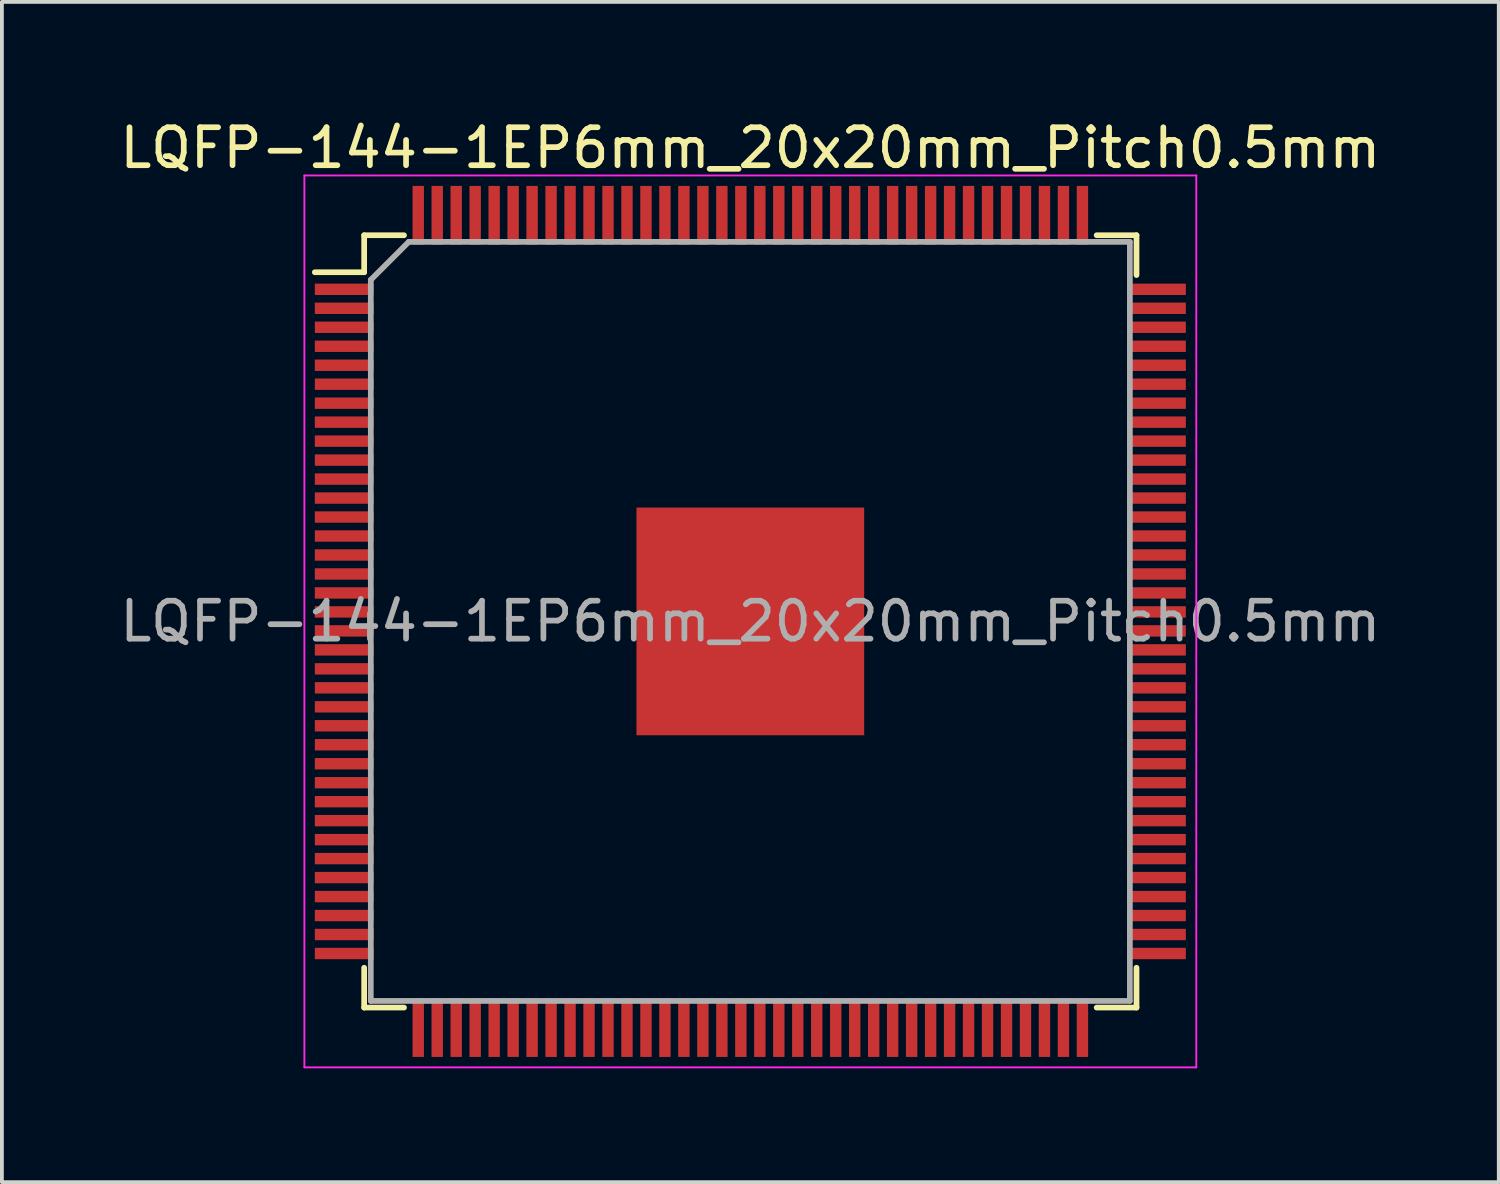
<source format=kicad_pcb>
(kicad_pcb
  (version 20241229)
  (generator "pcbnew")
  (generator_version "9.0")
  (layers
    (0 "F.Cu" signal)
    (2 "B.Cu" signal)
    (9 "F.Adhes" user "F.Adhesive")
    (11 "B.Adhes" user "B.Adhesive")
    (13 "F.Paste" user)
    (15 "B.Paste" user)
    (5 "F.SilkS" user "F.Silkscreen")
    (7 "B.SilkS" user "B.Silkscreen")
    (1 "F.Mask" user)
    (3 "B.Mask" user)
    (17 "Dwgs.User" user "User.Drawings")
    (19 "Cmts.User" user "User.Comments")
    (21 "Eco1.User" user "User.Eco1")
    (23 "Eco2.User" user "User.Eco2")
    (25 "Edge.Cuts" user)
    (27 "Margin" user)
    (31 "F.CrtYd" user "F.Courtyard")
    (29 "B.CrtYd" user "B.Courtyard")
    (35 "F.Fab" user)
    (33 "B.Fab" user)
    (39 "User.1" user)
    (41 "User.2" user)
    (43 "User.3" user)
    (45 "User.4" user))
  (footprint "LQFP-144-1EP6mm_20x20mm_Pitch0.5mm"
    (layer "F.Cu")
    (at 16.72 13.323)
    (property "Reference" "LQFP-144-1EP6mm_20x20mm_Pitch0.5mm" (at 0 -12.475 0) (layer "F.SilkS") (effects (font (size 1 1) (thickness 0.15))))
    (attr smd)
    (fp_line (start -10.175 -10.175) (end -10.175 -9.2) (stroke (width 0.15) (type solid)) (layer "F.SilkS"))
    (fp_line (start -10.175 -10.175) (end -9.125 -10.175) (stroke (width 0.15) (type solid)) (layer "F.SilkS"))
    (fp_line (start -10.175 -9.2) (end -11.475 -9.2) (stroke (width 0.15) (type solid)) (layer "F.SilkS"))
    (fp_line (start -10.175 10.175) (end -10.175 9.125) (stroke (width 0.15) (type solid)) (layer "F.SilkS"))
    (fp_line (start -10.175 10.175) (end -9.125 10.175) (stroke (width 0.15) (type solid)) (layer "F.SilkS"))
    (fp_line (start 10.175 -10.175) (end 9.125 -10.175) (stroke (width 0.15) (type solid)) (layer "F.SilkS"))
    (fp_line (start 10.175 -10.175) (end 10.175 -9.125) (stroke (width 0.15) (type solid)) (layer "F.SilkS"))
    (fp_line (start 10.175 10.175) (end 9.125 10.175) (stroke (width 0.15) (type solid)) (layer "F.SilkS"))
    (fp_line (start 10.175 10.175) (end 10.175 9.125) (stroke (width 0.15) (type solid)) (layer "F.SilkS"))
    (fp_line (start -11.75 -11.75) (end -11.75 11.75) (stroke (width 0.05) (type solid)) (layer "F.CrtYd"))
    (fp_line (start -11.75 -11.75) (end 11.75 -11.75) (stroke (width 0.05) (type solid)) (layer "F.CrtYd"))
    (fp_line (start -11.75 11.75) (end 11.75 11.75) (stroke (width 0.05) (type solid)) (layer "F.CrtYd"))
    (fp_line (start 11.75 -11.75) (end 11.75 11.75) (stroke (width 0.05) (type solid)) (layer "F.CrtYd"))
    (fp_line (start -10 -9) (end -9 -10) (stroke (width 0.15) (type solid)) (layer "F.Fab"))
    (fp_line (start -10 10) (end -10 -9) (stroke (width 0.15) (type solid)) (layer "F.Fab"))
    (fp_line (start -9 -10) (end 10 -10) (stroke (width 0.15) (type solid)) (layer "F.Fab"))
    (fp_line (start 10 -10) (end 10 10) (stroke (width 0.15) (type solid)) (layer "F.Fab"))
    (fp_line (start 10 10) (end -10 10) (stroke (width 0.15) (type solid)) (layer "F.Fab"))
    (fp_text user "${REFERENCE}" (at 0 0 0) (layer "F.Fab") (effects (font (size 1 1) (thickness 0.15))))
    (pad "1" smd rect (at -10.7 -8.75) (size 1.55 0.3) (layers "F.Cu" "F.Mask" "F.Paste"))
    (pad "2" smd rect (at -10.7 -8.25) (size 1.55 0.3) (layers "F.Cu" "F.Mask" "F.Paste"))
    (pad "3" smd rect (at -10.7 -7.75) (size 1.55 0.3) (layers "F.Cu" "F.Mask" "F.Paste"))
    (pad "4" smd rect (at -10.7 -7.25) (size 1.55 0.3) (layers "F.Cu" "F.Mask" "F.Paste"))
    (pad "5" smd rect (at -10.7 -6.75) (size 1.55 0.3) (layers "F.Cu" "F.Mask" "F.Paste"))
    (pad "6" smd rect (at -10.7 -6.25) (size 1.55 0.3) (layers "F.Cu" "F.Mask" "F.Paste"))
    (pad "7" smd rect (at -10.7 -5.75) (size 1.55 0.3) (layers "F.Cu" "F.Mask" "F.Paste"))
    (pad "8" smd rect (at -10.7 -5.25) (size 1.55 0.3) (layers "F.Cu" "F.Mask" "F.Paste"))
    (pad "9" smd rect (at -10.7 -4.75) (size 1.55 0.3) (layers "F.Cu" "F.Mask" "F.Paste"))
    (pad "10" smd rect (at -10.7 -4.25) (size 1.55 0.3) (layers "F.Cu" "F.Mask" "F.Paste"))
    (pad "11" smd rect (at -10.7 -3.75) (size 1.55 0.3) (layers "F.Cu" "F.Mask" "F.Paste"))
    (pad "12" smd rect (at -10.7 -3.25) (size 1.55 0.3) (layers "F.Cu" "F.Mask" "F.Paste"))
    (pad "13" smd rect (at -10.7 -2.75) (size 1.55 0.3) (layers "F.Cu" "F.Mask" "F.Paste"))
    (pad "14" smd rect (at -10.7 -2.25) (size 1.55 0.3) (layers "F.Cu" "F.Mask" "F.Paste"))
    (pad "15" smd rect (at -10.7 -1.75) (size 1.55 0.3) (layers "F.Cu" "F.Mask" "F.Paste"))
    (pad "16" smd rect (at -10.7 -1.25) (size 1.55 0.3) (layers "F.Cu" "F.Mask" "F.Paste"))
    (pad "17" smd rect (at -10.7 -0.75) (size 1.55 0.3) (layers "F.Cu" "F.Mask" "F.Paste"))
    (pad "18" smd rect (at -10.7 -0.25) (size 1.55 0.3) (layers "F.Cu" "F.Mask" "F.Paste"))
    (pad "19" smd rect (at -10.7 0.25) (size 1.55 0.3) (layers "F.Cu" "F.Mask" "F.Paste"))
    (pad "20" smd rect (at -10.7 0.75) (size 1.55 0.3) (layers "F.Cu" "F.Mask" "F.Paste"))
    (pad "21" smd rect (at -10.7 1.25) (size 1.55 0.3) (layers "F.Cu" "F.Mask" "F.Paste"))
    (pad "22" smd rect (at -10.7 1.75) (size 1.55 0.3) (layers "F.Cu" "F.Mask" "F.Paste"))
    (pad "23" smd rect (at -10.7 2.25) (size 1.55 0.3) (layers "F.Cu" "F.Mask" "F.Paste"))
    (pad "24" smd rect (at -10.7 2.75) (size 1.55 0.3) (layers "F.Cu" "F.Mask" "F.Paste"))
    (pad "25" smd rect (at -10.7 3.25) (size 1.55 0.3) (layers "F.Cu" "F.Mask" "F.Paste"))
    (pad "26" smd rect (at -10.7 3.75) (size 1.55 0.3) (layers "F.Cu" "F.Mask" "F.Paste"))
    (pad "27" smd rect (at -10.7 4.25) (size 1.55 0.3) (layers "F.Cu" "F.Mask" "F.Paste"))
    (pad "28" smd rect (at -10.7 4.75) (size 1.55 0.3) (layers "F.Cu" "F.Mask" "F.Paste"))
    (pad "29" smd rect (at -10.7 5.25) (size 1.55 0.3) (layers "F.Cu" "F.Mask" "F.Paste"))
    (pad "30" smd rect (at -10.7 5.75) (size 1.55 0.3) (layers "F.Cu" "F.Mask" "F.Paste"))
    (pad "31" smd rect (at -10.7 6.25) (size 1.55 0.3) (layers "F.Cu" "F.Mask" "F.Paste"))
    (pad "32" smd rect (at -10.7 6.75) (size 1.55 0.3) (layers "F.Cu" "F.Mask" "F.Paste"))
    (pad "33" smd rect (at -10.7 7.25) (size 1.55 0.3) (layers "F.Cu" "F.Mask" "F.Paste"))
    (pad "34" smd rect (at -10.7 7.75) (size 1.55 0.3) (layers "F.Cu" "F.Mask" "F.Paste"))
    (pad "35" smd rect (at -10.7 8.25) (size 1.55 0.3) (layers "F.Cu" "F.Mask" "F.Paste"))
    (pad "36" smd rect (at -10.7 8.75) (size 1.55 0.3) (layers "F.Cu" "F.Mask" "F.Paste"))
    (pad "37" smd rect (at -8.75 10.7 90) (size 1.55 0.3) (layers "F.Cu" "F.Mask" "F.Paste"))
    (pad "38" smd rect (at -8.25 10.7 90) (size 1.55 0.3) (layers "F.Cu" "F.Mask" "F.Paste"))
    (pad "39" smd rect (at -7.75 10.7 90) (size 1.55 0.3) (layers "F.Cu" "F.Mask" "F.Paste"))
    (pad "40" smd rect (at -7.25 10.7 90) (size 1.55 0.3) (layers "F.Cu" "F.Mask" "F.Paste"))
    (pad "41" smd rect (at -6.75 10.7 90) (size 1.55 0.3) (layers "F.Cu" "F.Mask" "F.Paste"))
    (pad "42" smd rect (at -6.25 10.7 90) (size 1.55 0.3) (layers "F.Cu" "F.Mask" "F.Paste"))
    (pad "43" smd rect (at -5.75 10.7 90) (size 1.55 0.3) (layers "F.Cu" "F.Mask" "F.Paste"))
    (pad "44" smd rect (at -5.25 10.7 90) (size 1.55 0.3) (layers "F.Cu" "F.Mask" "F.Paste"))
    (pad "45" smd rect (at -4.75 10.7 90) (size 1.55 0.3) (layers "F.Cu" "F.Mask" "F.Paste"))
    (pad "46" smd rect (at -4.25 10.7 90) (size 1.55 0.3) (layers "F.Cu" "F.Mask" "F.Paste"))
    (pad "47" smd rect (at -3.75 10.7 90) (size 1.55 0.3) (layers "F.Cu" "F.Mask" "F.Paste"))
    (pad "48" smd rect (at -3.25 10.7 90) (size 1.55 0.3) (layers "F.Cu" "F.Mask" "F.Paste"))
    (pad "49" smd rect (at -2.75 10.7 90) (size 1.55 0.3) (layers "F.Cu" "F.Mask" "F.Paste"))
    (pad "50" smd rect (at -2.25 10.7 90) (size 1.55 0.3) (layers "F.Cu" "F.Mask" "F.Paste"))
    (pad "51" smd rect (at -1.75 10.7 90) (size 1.55 0.3) (layers "F.Cu" "F.Mask" "F.Paste"))
    (pad "52" smd rect (at -1.25 10.7 90) (size 1.55 0.3) (layers "F.Cu" "F.Mask" "F.Paste"))
    (pad "53" smd rect (at -0.75 10.7 90) (size 1.55 0.3) (layers "F.Cu" "F.Mask" "F.Paste"))
    (pad "54" smd rect (at -0.25 10.7 90) (size 1.55 0.3) (layers "F.Cu" "F.Mask" "F.Paste"))
    (pad "55" smd rect (at 0.25 10.7 90) (size 1.55 0.3) (layers "F.Cu" "F.Mask" "F.Paste"))
    (pad "56" smd rect (at 0.75 10.7 90) (size 1.55 0.3) (layers "F.Cu" "F.Mask" "F.Paste"))
    (pad "57" smd rect (at 1.25 10.7 90) (size 1.55 0.3) (layers "F.Cu" "F.Mask" "F.Paste"))
    (pad "58" smd rect (at 1.75 10.7 90) (size 1.55 0.3) (layers "F.Cu" "F.Mask" "F.Paste"))
    (pad "59" smd rect (at 2.25 10.7 90) (size 1.55 0.3) (layers "F.Cu" "F.Mask" "F.Paste"))
    (pad "60" smd rect (at 2.75 10.7 90) (size 1.55 0.3) (layers "F.Cu" "F.Mask" "F.Paste"))
    (pad "61" smd rect (at 3.25 10.7 90) (size 1.55 0.3) (layers "F.Cu" "F.Mask" "F.Paste"))
    (pad "62" smd rect (at 3.75 10.7 90) (size 1.55 0.3) (layers "F.Cu" "F.Mask" "F.Paste"))
    (pad "63" smd rect (at 4.25 10.7 90) (size 1.55 0.3) (layers "F.Cu" "F.Mask" "F.Paste"))
    (pad "64" smd rect (at 4.75 10.7 90) (size 1.55 0.3) (layers "F.Cu" "F.Mask" "F.Paste"))
    (pad "65" smd rect (at 5.25 10.7 90) (size 1.55 0.3) (layers "F.Cu" "F.Mask" "F.Paste"))
    (pad "66" smd rect (at 5.75 10.7 90) (size 1.55 0.3) (layers "F.Cu" "F.Mask" "F.Paste"))
    (pad "67" smd rect (at 6.25 10.7 90) (size 1.55 0.3) (layers "F.Cu" "F.Mask" "F.Paste"))
    (pad "68" smd rect (at 6.75 10.7 90) (size 1.55 0.3) (layers "F.Cu" "F.Mask" "F.Paste"))
    (pad "69" smd rect (at 7.25 10.7 90) (size 1.55 0.3) (layers "F.Cu" "F.Mask" "F.Paste"))
    (pad "70" smd rect (at 7.75 10.7 90) (size 1.55 0.3) (layers "F.Cu" "F.Mask" "F.Paste"))
    (pad "71" smd rect (at 8.25 10.7 90) (size 1.55 0.3) (layers "F.Cu" "F.Mask" "F.Paste"))
    (pad "72" smd rect (at 8.75 10.7 90) (size 1.55 0.3) (layers "F.Cu" "F.Mask" "F.Paste"))
    (pad "73" smd rect (at 10.7 8.75) (size 1.55 0.3) (layers "F.Cu" "F.Mask" "F.Paste"))
    (pad "74" smd rect (at 10.7 8.25) (size 1.55 0.3) (layers "F.Cu" "F.Mask" "F.Paste"))
    (pad "75" smd rect (at 10.7 7.75) (size 1.55 0.3) (layers "F.Cu" "F.Mask" "F.Paste"))
    (pad "76" smd rect (at 10.7 7.25) (size 1.55 0.3) (layers "F.Cu" "F.Mask" "F.Paste"))
    (pad "77" smd rect (at 10.7 6.75) (size 1.55 0.3) (layers "F.Cu" "F.Mask" "F.Paste"))
    (pad "78" smd rect (at 10.7 6.25) (size 1.55 0.3) (layers "F.Cu" "F.Mask" "F.Paste"))
    (pad "79" smd rect (at 10.7 5.75) (size 1.55 0.3) (layers "F.Cu" "F.Mask" "F.Paste"))
    (pad "80" smd rect (at 10.7 5.25) (size 1.55 0.3) (layers "F.Cu" "F.Mask" "F.Paste"))
    (pad "81" smd rect (at 10.7 4.75) (size 1.55 0.3) (layers "F.Cu" "F.Mask" "F.Paste"))
    (pad "82" smd rect (at 10.7 4.25) (size 1.55 0.3) (layers "F.Cu" "F.Mask" "F.Paste"))
    (pad "83" smd rect (at 10.7 3.75) (size 1.55 0.3) (layers "F.Cu" "F.Mask" "F.Paste"))
    (pad "84" smd rect (at 10.7 3.25) (size 1.55 0.3) (layers "F.Cu" "F.Mask" "F.Paste"))
    (pad "85" smd rect (at 10.7 2.75) (size 1.55 0.3) (layers "F.Cu" "F.Mask" "F.Paste"))
    (pad "86" smd rect (at 10.7 2.25) (size 1.55 0.3) (layers "F.Cu" "F.Mask" "F.Paste"))
    (pad "87" smd rect (at 10.7 1.75) (size 1.55 0.3) (layers "F.Cu" "F.Mask" "F.Paste"))
    (pad "88" smd rect (at 10.7 1.25) (size 1.55 0.3) (layers "F.Cu" "F.Mask" "F.Paste"))
    (pad "89" smd rect (at 10.7 0.75) (size 1.55 0.3) (layers "F.Cu" "F.Mask" "F.Paste"))
    (pad "90" smd rect (at 10.7 0.25) (size 1.55 0.3) (layers "F.Cu" "F.Mask" "F.Paste"))
    (pad "91" smd rect (at 10.7 -0.25) (size 1.55 0.3) (layers "F.Cu" "F.Mask" "F.Paste"))
    (pad "92" smd rect (at 10.7 -0.75) (size 1.55 0.3) (layers "F.Cu" "F.Mask" "F.Paste"))
    (pad "93" smd rect (at 10.7 -1.25) (size 1.55 0.3) (layers "F.Cu" "F.Mask" "F.Paste"))
    (pad "94" smd rect (at 10.7 -1.75) (size 1.55 0.3) (layers "F.Cu" "F.Mask" "F.Paste"))
    (pad "95" smd rect (at 10.7 -2.25) (size 1.55 0.3) (layers "F.Cu" "F.Mask" "F.Paste"))
    (pad "96" smd rect (at 10.7 -2.75) (size 1.55 0.3) (layers "F.Cu" "F.Mask" "F.Paste"))
    (pad "97" smd rect (at 10.7 -3.25) (size 1.55 0.3) (layers "F.Cu" "F.Mask" "F.Paste"))
    (pad "98" smd rect (at 10.7 -3.75) (size 1.55 0.3) (layers "F.Cu" "F.Mask" "F.Paste"))
    (pad "99" smd rect (at 10.7 -4.25) (size 1.55 0.3) (layers "F.Cu" "F.Mask" "F.Paste"))
    (pad "100" smd rect (at 10.7 -4.75) (size 1.55 0.3) (layers "F.Cu" "F.Mask" "F.Paste"))
    (pad "101" smd rect (at 10.7 -5.25) (size 1.55 0.3) (layers "F.Cu" "F.Mask" "F.Paste"))
    (pad "102" smd rect (at 10.7 -5.75) (size 1.55 0.3) (layers "F.Cu" "F.Mask" "F.Paste"))
    (pad "103" smd rect (at 10.7 -6.25) (size 1.55 0.3) (layers "F.Cu" "F.Mask" "F.Paste"))
    (pad "104" smd rect (at 10.7 -6.75) (size 1.55 0.3) (layers "F.Cu" "F.Mask" "F.Paste"))
    (pad "105" smd rect (at 10.7 -7.25) (size 1.55 0.3) (layers "F.Cu" "F.Mask" "F.Paste"))
    (pad "106" smd rect (at 10.7 -7.75) (size 1.55 0.3) (layers "F.Cu" "F.Mask" "F.Paste"))
    (pad "107" smd rect (at 10.7 -8.25) (size 1.55 0.3) (layers "F.Cu" "F.Mask" "F.Paste"))
    (pad "108" smd rect (at 10.7 -8.75) (size 1.55 0.3) (layers "F.Cu" "F.Mask" "F.Paste"))
    (pad "109" smd rect (at 8.75 -10.7 90) (size 1.55 0.3) (layers "F.Cu" "F.Mask" "F.Paste"))
    (pad "110" smd rect (at 8.25 -10.7 90) (size 1.55 0.3) (layers "F.Cu" "F.Mask" "F.Paste"))
    (pad "111" smd rect (at 7.75 -10.7 90) (size 1.55 0.3) (layers "F.Cu" "F.Mask" "F.Paste"))
    (pad "112" smd rect (at 7.25 -10.7 90) (size 1.55 0.3) (layers "F.Cu" "F.Mask" "F.Paste"))
    (pad "113" smd rect (at 6.75 -10.7 90) (size 1.55 0.3) (layers "F.Cu" "F.Mask" "F.Paste"))
    (pad "114" smd rect (at 6.25 -10.7 90) (size 1.55 0.3) (layers "F.Cu" "F.Mask" "F.Paste"))
    (pad "115" smd rect (at 5.75 -10.7 90) (size 1.55 0.3) (layers "F.Cu" "F.Mask" "F.Paste"))
    (pad "116" smd rect (at 5.25 -10.7 90) (size 1.55 0.3) (layers "F.Cu" "F.Mask" "F.Paste"))
    (pad "117" smd rect (at 4.75 -10.7 90) (size 1.55 0.3) (layers "F.Cu" "F.Mask" "F.Paste"))
    (pad "118" smd rect (at 4.25 -10.7 90) (size 1.55 0.3) (layers "F.Cu" "F.Mask" "F.Paste"))
    (pad "119" smd rect (at 3.75 -10.7 90) (size 1.55 0.3) (layers "F.Cu" "F.Mask" "F.Paste"))
    (pad "120" smd rect (at 3.25 -10.7 90) (size 1.55 0.3) (layers "F.Cu" "F.Mask" "F.Paste"))
    (pad "121" smd rect (at 2.75 -10.7 90) (size 1.55 0.3) (layers "F.Cu" "F.Mask" "F.Paste"))
    (pad "122" smd rect (at 2.25 -10.7 90) (size 1.55 0.3) (layers "F.Cu" "F.Mask" "F.Paste"))
    (pad "123" smd rect (at 1.75 -10.7 90) (size 1.55 0.3) (layers "F.Cu" "F.Mask" "F.Paste"))
    (pad "124" smd rect (at 1.25 -10.7 90) (size 1.55 0.3) (layers "F.Cu" "F.Mask" "F.Paste"))
    (pad "125" smd rect (at 0.75 -10.7 90) (size 1.55 0.3) (layers "F.Cu" "F.Mask" "F.Paste"))
    (pad "126" smd rect (at 0.25 -10.7 90) (size 1.55 0.3) (layers "F.Cu" "F.Mask" "F.Paste"))
    (pad "127" smd rect (at -0.25 -10.7 90) (size 1.55 0.3) (layers "F.Cu" "F.Mask" "F.Paste"))
    (pad "128" smd rect (at -0.75 -10.7 90) (size 1.55 0.3) (layers "F.Cu" "F.Mask" "F.Paste"))
    (pad "129" smd rect (at -1.25 -10.7 90) (size 1.55 0.3) (layers "F.Cu" "F.Mask" "F.Paste"))
    (pad "130" smd rect (at -1.75 -10.7 90) (size 1.55 0.3) (layers "F.Cu" "F.Mask" "F.Paste"))
    (pad "131" smd rect (at -2.25 -10.7 90) (size 1.55 0.3) (layers "F.Cu" "F.Mask" "F.Paste"))
    (pad "132" smd rect (at -2.75 -10.7 90) (size 1.55 0.3) (layers "F.Cu" "F.Mask" "F.Paste"))
    (pad "133" smd rect (at -3.25 -10.7 90) (size 1.55 0.3) (layers "F.Cu" "F.Mask" "F.Paste"))
    (pad "134" smd rect (at -3.75 -10.7 90) (size 1.55 0.3) (layers "F.Cu" "F.Mask" "F.Paste"))
    (pad "135" smd rect (at -4.25 -10.7 90) (size 1.55 0.3) (layers "F.Cu" "F.Mask" "F.Paste"))
    (pad "136" smd rect (at -4.75 -10.7 90) (size 1.55 0.3) (layers "F.Cu" "F.Mask" "F.Paste"))
    (pad "137" smd rect (at -5.25 -10.7 90) (size 1.55 0.3) (layers "F.Cu" "F.Mask" "F.Paste"))
    (pad "138" smd rect (at -5.75 -10.7 90) (size 1.55 0.3) (layers "F.Cu" "F.Mask" "F.Paste"))
    (pad "139" smd rect (at -6.25 -10.7 90) (size 1.55 0.3) (layers "F.Cu" "F.Mask" "F.Paste"))
    (pad "140" smd rect (at -6.75 -10.7 90) (size 1.55 0.3) (layers "F.Cu" "F.Mask" "F.Paste"))
    (pad "141" smd rect (at -7.25 -10.7 90) (size 1.55 0.3) (layers "F.Cu" "F.Mask" "F.Paste"))
    (pad "142" smd rect (at -7.75 -10.7 90) (size 1.55 0.3) (layers "F.Cu" "F.Mask" "F.Paste"))
    (pad "143" smd rect (at -8.25 -10.7 90) (size 1.55 0.3) (layers "F.Cu" "F.Mask" "F.Paste"))
    (pad "144" smd rect (at -8.75 -10.7 90) (size 1.55 0.3) (layers "F.Cu" "F.Mask" "F.Paste"))
    (pad "145" smd rect (at 0 0) (size 6 6) (layers "F.Cu" "F.Mask" "F.Paste")))
  (gr_rect
    (start -3 -3)
    (end 36.44 28.098)
    (stroke (width 0.1) (type default))
    (fill no)
    (layer "Edge.Cuts")))
</source>
